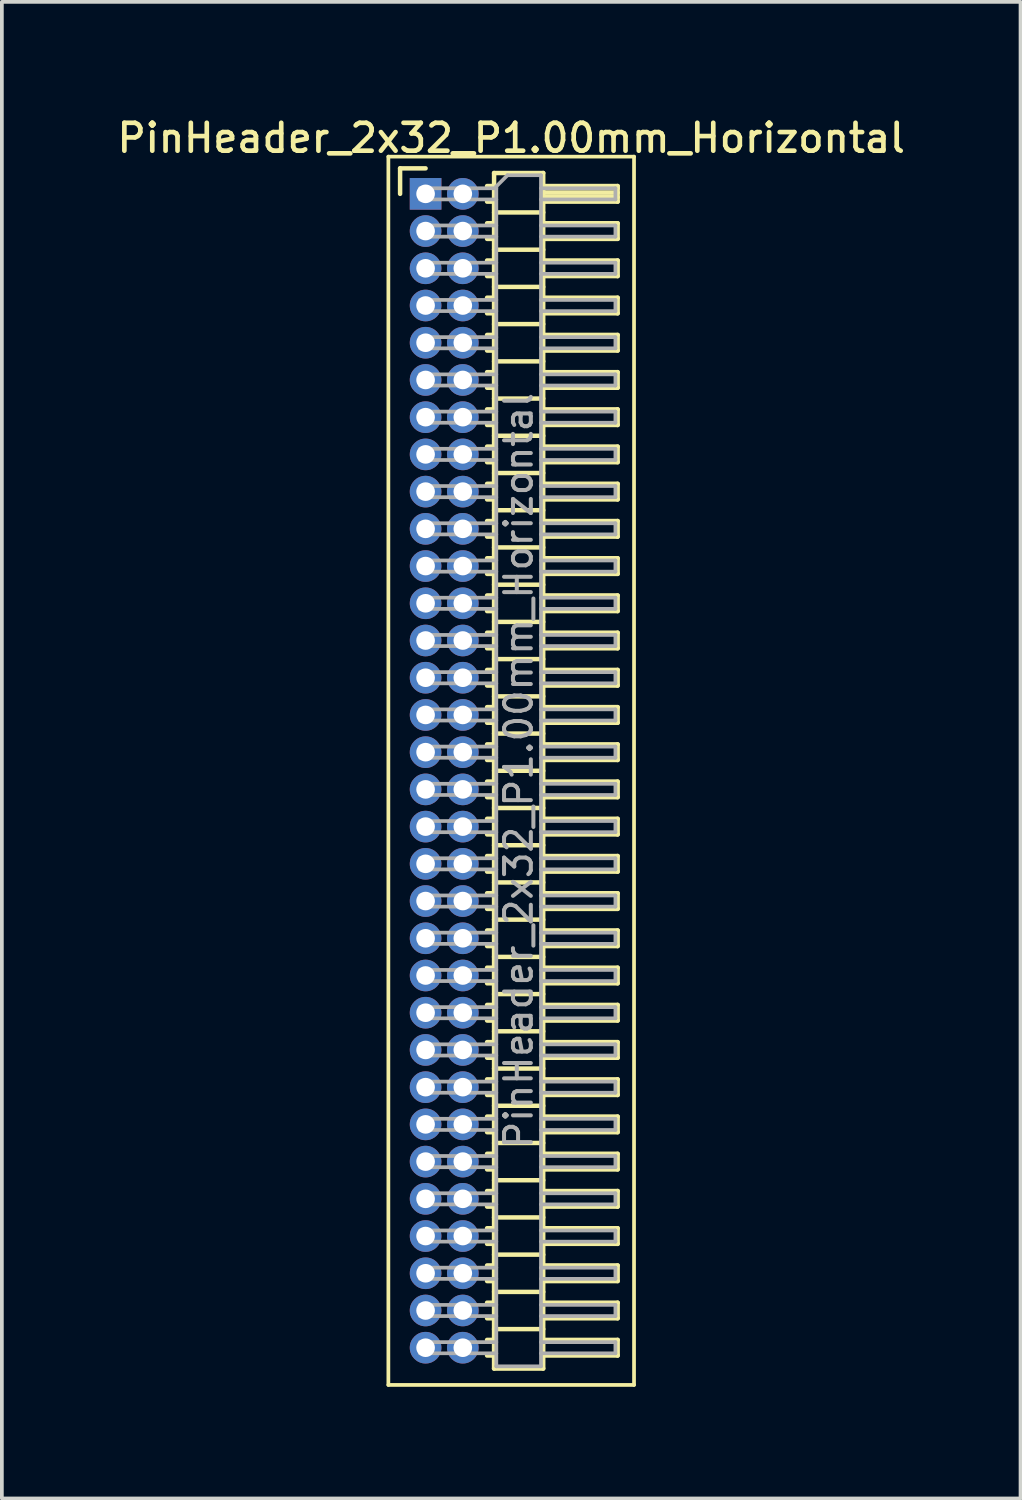
<source format=kicad_pcb>
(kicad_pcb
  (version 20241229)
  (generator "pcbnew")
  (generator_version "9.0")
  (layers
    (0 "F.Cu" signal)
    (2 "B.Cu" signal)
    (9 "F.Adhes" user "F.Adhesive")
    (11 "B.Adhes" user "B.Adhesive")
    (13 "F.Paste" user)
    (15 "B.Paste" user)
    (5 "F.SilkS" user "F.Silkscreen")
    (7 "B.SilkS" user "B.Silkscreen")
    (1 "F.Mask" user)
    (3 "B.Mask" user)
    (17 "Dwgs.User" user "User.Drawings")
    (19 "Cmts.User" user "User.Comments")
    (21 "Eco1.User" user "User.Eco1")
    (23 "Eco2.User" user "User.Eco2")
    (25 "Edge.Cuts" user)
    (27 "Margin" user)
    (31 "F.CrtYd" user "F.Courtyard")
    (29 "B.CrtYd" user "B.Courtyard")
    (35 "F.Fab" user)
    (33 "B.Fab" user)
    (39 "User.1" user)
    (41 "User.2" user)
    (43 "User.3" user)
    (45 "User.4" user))
  (footprint "PinHeader_2x32_P1.00mm_Horizontal"
    (layer "F.Cu")
    (at 8.384 2.158)
    (property "Reference" "PinHeader_2x32_P1.00mm_Horizontal" (at 2.3 -1.5 0) (layer "F.SilkS") (effects (font (size 0.75 0.75) (thickness 0.125))))
    (attr through_hole)
    (fp_line (start -1 -1) (end -1 32) (stroke (width 0.1) (type solid)) (layer "F.SilkS"))
    (fp_line (start -1 32) (end 5.6 32) (stroke (width 0.1) (type solid)) (layer "F.SilkS"))
    (fp_line (start -0.685 -0.685) (end 0 -0.685) (stroke (width 0.12) (type solid)) (layer "F.SilkS"))
    (fp_line (start -0.685 0) (end -0.685 -0.685) (stroke (width 0.12) (type solid)) (layer "F.SilkS"))
    (fp_line (start 1.652 -0.21) (end 1.84 -0.21) (stroke (width 0.12) (type solid)) (layer "F.SilkS"))
    (fp_line (start 1.652 0.21) (end 1.84 0.21) (stroke (width 0.12) (type solid)) (layer "F.SilkS"))
    (fp_line (start 1.652 0.79) (end 1.84 0.79) (stroke (width 0.12) (type solid)) (layer "F.SilkS"))
    (fp_line (start 1.652 1.21) (end 1.84 1.21) (stroke (width 0.12) (type solid)) (layer "F.SilkS"))
    (fp_line (start 1.652 1.79) (end 1.84 1.79) (stroke (width 0.12) (type solid)) (layer "F.SilkS"))
    (fp_line (start 1.652 2.21) (end 1.84 2.21) (stroke (width 0.12) (type solid)) (layer "F.SilkS"))
    (fp_line (start 1.652 2.79) (end 1.84 2.79) (stroke (width 0.12) (type solid)) (layer "F.SilkS"))
    (fp_line (start 1.652 3.21) (end 1.84 3.21) (stroke (width 0.12) (type solid)) (layer "F.SilkS"))
    (fp_line (start 1.652 3.79) (end 1.84 3.79) (stroke (width 0.12) (type solid)) (layer "F.SilkS"))
    (fp_line (start 1.652 4.21) (end 1.84 4.21) (stroke (width 0.12) (type solid)) (layer "F.SilkS"))
    (fp_line (start 1.652 4.79) (end 1.84 4.79) (stroke (width 0.12) (type solid)) (layer "F.SilkS"))
    (fp_line (start 1.652 5.21) (end 1.84 5.21) (stroke (width 0.12) (type solid)) (layer "F.SilkS"))
    (fp_line (start 1.652 5.79) (end 1.84 5.79) (stroke (width 0.12) (type solid)) (layer "F.SilkS"))
    (fp_line (start 1.652 6.21) (end 1.84 6.21) (stroke (width 0.12) (type solid)) (layer "F.SilkS"))
    (fp_line (start 1.652 6.79) (end 1.84 6.79) (stroke (width 0.12) (type solid)) (layer "F.SilkS"))
    (fp_line (start 1.652 7.21) (end 1.84 7.21) (stroke (width 0.12) (type solid)) (layer "F.SilkS"))
    (fp_line (start 1.652 7.79) (end 1.84 7.79) (stroke (width 0.12) (type solid)) (layer "F.SilkS"))
    (fp_line (start 1.652 8.21) (end 1.84 8.21) (stroke (width 0.12) (type solid)) (layer "F.SilkS"))
    (fp_line (start 1.652 8.79) (end 1.84 8.79) (stroke (width 0.12) (type solid)) (layer "F.SilkS"))
    (fp_line (start 1.652 9.21) (end 1.84 9.21) (stroke (width 0.12) (type solid)) (layer "F.SilkS"))
    (fp_line (start 1.652 9.79) (end 1.84 9.79) (stroke (width 0.12) (type solid)) (layer "F.SilkS"))
    (fp_line (start 1.652 10.21) (end 1.84 10.21) (stroke (width 0.12) (type solid)) (layer "F.SilkS"))
    (fp_line (start 1.652 10.79) (end 1.84 10.79) (stroke (width 0.12) (type solid)) (layer "F.SilkS"))
    (fp_line (start 1.652 11.21) (end 1.84 11.21) (stroke (width 0.12) (type solid)) (layer "F.SilkS"))
    (fp_line (start 1.652 11.79) (end 1.84 11.79) (stroke (width 0.12) (type solid)) (layer "F.SilkS"))
    (fp_line (start 1.652 12.21) (end 1.84 12.21) (stroke (width 0.12) (type solid)) (layer "F.SilkS"))
    (fp_line (start 1.652 12.79) (end 1.84 12.79) (stroke (width 0.12) (type solid)) (layer "F.SilkS"))
    (fp_line (start 1.652 13.21) (end 1.84 13.21) (stroke (width 0.12) (type solid)) (layer "F.SilkS"))
    (fp_line (start 1.652 13.79) (end 1.84 13.79) (stroke (width 0.12) (type solid)) (layer "F.SilkS"))
    (fp_line (start 1.652 14.21) (end 1.84 14.21) (stroke (width 0.12) (type solid)) (layer "F.SilkS"))
    (fp_line (start 1.652 14.79) (end 1.84 14.79) (stroke (width 0.12) (type solid)) (layer "F.SilkS"))
    (fp_line (start 1.652 15.21) (end 1.84 15.21) (stroke (width 0.12) (type solid)) (layer "F.SilkS"))
    (fp_line (start 1.652 15.79) (end 1.84 15.79) (stroke (width 0.12) (type solid)) (layer "F.SilkS"))
    (fp_line (start 1.652 16.21) (end 1.84 16.21) (stroke (width 0.12) (type solid)) (layer "F.SilkS"))
    (fp_line (start 1.652 16.79) (end 1.84 16.79) (stroke (width 0.12) (type solid)) (layer "F.SilkS"))
    (fp_line (start 1.652 17.21) (end 1.84 17.21) (stroke (width 0.12) (type solid)) (layer "F.SilkS"))
    (fp_line (start 1.652 17.79) (end 1.84 17.79) (stroke (width 0.12) (type solid)) (layer "F.SilkS"))
    (fp_line (start 1.652 18.21) (end 1.84 18.21) (stroke (width 0.12) (type solid)) (layer "F.SilkS"))
    (fp_line (start 1.652 18.79) (end 1.84 18.79) (stroke (width 0.12) (type solid)) (layer "F.SilkS"))
    (fp_line (start 1.652 19.21) (end 1.84 19.21) (stroke (width 0.12) (type solid)) (layer "F.SilkS"))
    (fp_line (start 1.652 19.79) (end 1.84 19.79) (stroke (width 0.12) (type solid)) (layer "F.SilkS"))
    (fp_line (start 1.652 20.21) (end 1.84 20.21) (stroke (width 0.12) (type solid)) (layer "F.SilkS"))
    (fp_line (start 1.652 20.79) (end 1.84 20.79) (stroke (width 0.12) (type solid)) (layer "F.SilkS"))
    (fp_line (start 1.652 21.21) (end 1.84 21.21) (stroke (width 0.12) (type solid)) (layer "F.SilkS"))
    (fp_line (start 1.652 21.79) (end 1.84 21.79) (stroke (width 0.12) (type solid)) (layer "F.SilkS"))
    (fp_line (start 1.652 22.21) (end 1.84 22.21) (stroke (width 0.12) (type solid)) (layer "F.SilkS"))
    (fp_line (start 1.652 22.79) (end 1.84 22.79) (stroke (width 0.12) (type solid)) (layer "F.SilkS"))
    (fp_line (start 1.652 23.21) (end 1.84 23.21) (stroke (width 0.12) (type solid)) (layer "F.SilkS"))
    (fp_line (start 1.652 23.79) (end 1.84 23.79) (stroke (width 0.12) (type solid)) (layer "F.SilkS"))
    (fp_line (start 1.652 24.21) (end 1.84 24.21) (stroke (width 0.12) (type solid)) (layer "F.SilkS"))
    (fp_line (start 1.652 24.79) (end 1.84 24.79) (stroke (width 0.12) (type solid)) (layer "F.SilkS"))
    (fp_line (start 1.652 25.21) (end 1.84 25.21) (stroke (width 0.12) (type solid)) (layer "F.SilkS"))
    (fp_line (start 1.652 25.79) (end 1.84 25.79) (stroke (width 0.12) (type solid)) (layer "F.SilkS"))
    (fp_line (start 1.652 26.21) (end 1.84 26.21) (stroke (width 0.12) (type solid)) (layer "F.SilkS"))
    (fp_line (start 1.652 26.79) (end 1.84 26.79) (stroke (width 0.12) (type solid)) (layer "F.SilkS"))
    (fp_line (start 1.652 27.21) (end 1.84 27.21) (stroke (width 0.12) (type solid)) (layer "F.SilkS"))
    (fp_line (start 1.652 27.79) (end 1.84 27.79) (stroke (width 0.12) (type solid)) (layer "F.SilkS"))
    (fp_line (start 1.652 28.21) (end 1.84 28.21) (stroke (width 0.12) (type solid)) (layer "F.SilkS"))
    (fp_line (start 1.652 28.79) (end 1.84 28.79) (stroke (width 0.12) (type solid)) (layer "F.SilkS"))
    (fp_line (start 1.652 29.21) (end 1.84 29.21) (stroke (width 0.12) (type solid)) (layer "F.SilkS"))
    (fp_line (start 1.652 29.79) (end 1.84 29.79) (stroke (width 0.12) (type solid)) (layer "F.SilkS"))
    (fp_line (start 1.652 30.21) (end 1.84 30.21) (stroke (width 0.12) (type solid)) (layer "F.SilkS"))
    (fp_line (start 1.652 30.79) (end 1.84 30.79) (stroke (width 0.12) (type solid)) (layer "F.SilkS"))
    (fp_line (start 1.652 31.21) (end 1.84 31.21) (stroke (width 0.12) (type solid)) (layer "F.SilkS"))
    (fp_line (start 1.84 -0.56) (end 1.84 31.56) (stroke (width 0.12) (type solid)) (layer "F.SilkS"))
    (fp_line (start 1.84 0.5) (end 3.16 0.5) (stroke (width 0.12) (type solid)) (layer "F.SilkS"))
    (fp_line (start 1.84 1.5) (end 3.16 1.5) (stroke (width 0.12) (type solid)) (layer "F.SilkS"))
    (fp_line (start 1.84 2.5) (end 3.16 2.5) (stroke (width 0.12) (type solid)) (layer "F.SilkS"))
    (fp_line (start 1.84 3.5) (end 3.16 3.5) (stroke (width 0.12) (type solid)) (layer "F.SilkS"))
    (fp_line (start 1.84 4.5) (end 3.16 4.5) (stroke (width 0.12) (type solid)) (layer "F.SilkS"))
    (fp_line (start 1.84 5.5) (end 3.16 5.5) (stroke (width 0.12) (type solid)) (layer "F.SilkS"))
    (fp_line (start 1.84 6.5) (end 3.16 6.5) (stroke (width 0.12) (type solid)) (layer "F.SilkS"))
    (fp_line (start 1.84 7.5) (end 3.16 7.5) (stroke (width 0.12) (type solid)) (layer "F.SilkS"))
    (fp_line (start 1.84 8.5) (end 3.16 8.5) (stroke (width 0.12) (type solid)) (layer "F.SilkS"))
    (fp_line (start 1.84 9.5) (end 3.16 9.5) (stroke (width 0.12) (type solid)) (layer "F.SilkS"))
    (fp_line (start 1.84 10.5) (end 3.16 10.5) (stroke (width 0.12) (type solid)) (layer "F.SilkS"))
    (fp_line (start 1.84 11.5) (end 3.16 11.5) (stroke (width 0.12) (type solid)) (layer "F.SilkS"))
    (fp_line (start 1.84 12.5) (end 3.16 12.5) (stroke (width 0.12) (type solid)) (layer "F.SilkS"))
    (fp_line (start 1.84 13.5) (end 3.16 13.5) (stroke (width 0.12) (type solid)) (layer "F.SilkS"))
    (fp_line (start 1.84 14.5) (end 3.16 14.5) (stroke (width 0.12) (type solid)) (layer "F.SilkS"))
    (fp_line (start 1.84 15.5) (end 3.16 15.5) (stroke (width 0.12) (type solid)) (layer "F.SilkS"))
    (fp_line (start 1.84 16.5) (end 3.16 16.5) (stroke (width 0.12) (type solid)) (layer "F.SilkS"))
    (fp_line (start 1.84 17.5) (end 3.16 17.5) (stroke (width 0.12) (type solid)) (layer "F.SilkS"))
    (fp_line (start 1.84 18.5) (end 3.16 18.5) (stroke (width 0.12) (type solid)) (layer "F.SilkS"))
    (fp_line (start 1.84 19.5) (end 3.16 19.5) (stroke (width 0.12) (type solid)) (layer "F.SilkS"))
    (fp_line (start 1.84 20.5) (end 3.16 20.5) (stroke (width 0.12) (type solid)) (layer "F.SilkS"))
    (fp_line (start 1.84 21.5) (end 3.16 21.5) (stroke (width 0.12) (type solid)) (layer "F.SilkS"))
    (fp_line (start 1.84 22.5) (end 3.16 22.5) (stroke (width 0.12) (type solid)) (layer "F.SilkS"))
    (fp_line (start 1.84 23.5) (end 3.16 23.5) (stroke (width 0.12) (type solid)) (layer "F.SilkS"))
    (fp_line (start 1.84 24.5) (end 3.16 24.5) (stroke (width 0.12) (type solid)) (layer "F.SilkS"))
    (fp_line (start 1.84 25.5) (end 3.16 25.5) (stroke (width 0.12) (type solid)) (layer "F.SilkS"))
    (fp_line (start 1.84 26.5) (end 3.16 26.5) (stroke (width 0.12) (type solid)) (layer "F.SilkS"))
    (fp_line (start 1.84 27.5) (end 3.16 27.5) (stroke (width 0.12) (type solid)) (layer "F.SilkS"))
    (fp_line (start 1.84 28.5) (end 3.16 28.5) (stroke (width 0.12) (type solid)) (layer "F.SilkS"))
    (fp_line (start 1.84 29.5) (end 3.16 29.5) (stroke (width 0.12) (type solid)) (layer "F.SilkS"))
    (fp_line (start 1.84 30.5) (end 3.16 30.5) (stroke (width 0.12) (type solid)) (layer "F.SilkS"))
    (fp_line (start 1.84 31.56) (end 3.16 31.56) (stroke (width 0.12) (type solid)) (layer "F.SilkS"))
    (fp_line (start 3.16 -0.56) (end 1.84 -0.56) (stroke (width 0.12) (type solid)) (layer "F.SilkS"))
    (fp_line (start 3.16 -0.21) (end 5.16 -0.21) (stroke (width 0.12) (type solid)) (layer "F.SilkS"))
    (fp_line (start 3.16 -0.15) (end 5.16 -0.15) (stroke (width 0.12) (type solid)) (layer "F.SilkS"))
    (fp_line (start 3.16 -0.03) (end 5.16 -0.03) (stroke (width 0.12) (type solid)) (layer "F.SilkS"))
    (fp_line (start 3.16 0.09) (end 5.16 0.09) (stroke (width 0.12) (type solid)) (layer "F.SilkS"))
    (fp_line (start 3.16 0.79) (end 5.16 0.79) (stroke (width 0.12) (type solid)) (layer "F.SilkS"))
    (fp_line (start 3.16 1.79) (end 5.16 1.79) (stroke (width 0.12) (type solid)) (layer "F.SilkS"))
    (fp_line (start 3.16 2.79) (end 5.16 2.79) (stroke (width 0.12) (type solid)) (layer "F.SilkS"))
    (fp_line (start 3.16 3.79) (end 5.16 3.79) (stroke (width 0.12) (type solid)) (layer "F.SilkS"))
    (fp_line (start 3.16 4.79) (end 5.16 4.79) (stroke (width 0.12) (type solid)) (layer "F.SilkS"))
    (fp_line (start 3.16 5.79) (end 5.16 5.79) (stroke (width 0.12) (type solid)) (layer "F.SilkS"))
    (fp_line (start 3.16 6.79) (end 5.16 6.79) (stroke (width 0.12) (type solid)) (layer "F.SilkS"))
    (fp_line (start 3.16 7.79) (end 5.16 7.79) (stroke (width 0.12) (type solid)) (layer "F.SilkS"))
    (fp_line (start 3.16 8.79) (end 5.16 8.79) (stroke (width 0.12) (type solid)) (layer "F.SilkS"))
    (fp_line (start 3.16 9.79) (end 5.16 9.79) (stroke (width 0.12) (type solid)) (layer "F.SilkS"))
    (fp_line (start 3.16 10.79) (end 5.16 10.79) (stroke (width 0.12) (type solid)) (layer "F.SilkS"))
    (fp_line (start 3.16 11.79) (end 5.16 11.79) (stroke (width 0.12) (type solid)) (layer "F.SilkS"))
    (fp_line (start 3.16 12.79) (end 5.16 12.79) (stroke (width 0.12) (type solid)) (layer "F.SilkS"))
    (fp_line (start 3.16 13.79) (end 5.16 13.79) (stroke (width 0.12) (type solid)) (layer "F.SilkS"))
    (fp_line (start 3.16 14.79) (end 5.16 14.79) (stroke (width 0.12) (type solid)) (layer "F.SilkS"))
    (fp_line (start 3.16 15.79) (end 5.16 15.79) (stroke (width 0.12) (type solid)) (layer "F.SilkS"))
    (fp_line (start 3.16 16.79) (end 5.16 16.79) (stroke (width 0.12) (type solid)) (layer "F.SilkS"))
    (fp_line (start 3.16 17.79) (end 5.16 17.79) (stroke (width 0.12) (type solid)) (layer "F.SilkS"))
    (fp_line (start 3.16 18.79) (end 5.16 18.79) (stroke (width 0.12) (type solid)) (layer "F.SilkS"))
    (fp_line (start 3.16 19.79) (end 5.16 19.79) (stroke (width 0.12) (type solid)) (layer "F.SilkS"))
    (fp_line (start 3.16 20.79) (end 5.16 20.79) (stroke (width 0.12) (type solid)) (layer "F.SilkS"))
    (fp_line (start 3.16 21.79) (end 5.16 21.79) (stroke (width 0.12) (type solid)) (layer "F.SilkS"))
    (fp_line (start 3.16 22.79) (end 5.16 22.79) (stroke (width 0.12) (type solid)) (layer "F.SilkS"))
    (fp_line (start 3.16 23.79) (end 5.16 23.79) (stroke (width 0.12) (type solid)) (layer "F.SilkS"))
    (fp_line (start 3.16 24.79) (end 5.16 24.79) (stroke (width 0.12) (type solid)) (layer "F.SilkS"))
    (fp_line (start 3.16 25.79) (end 5.16 25.79) (stroke (width 0.12) (type solid)) (layer "F.SilkS"))
    (fp_line (start 3.16 26.79) (end 5.16 26.79) (stroke (width 0.12) (type solid)) (layer "F.SilkS"))
    (fp_line (start 3.16 27.79) (end 5.16 27.79) (stroke (width 0.12) (type solid)) (layer "F.SilkS"))
    (fp_line (start 3.16 28.79) (end 5.16 28.79) (stroke (width 0.12) (type solid)) (layer "F.SilkS"))
    (fp_line (start 3.16 29.79) (end 5.16 29.79) (stroke (width 0.12) (type solid)) (layer "F.SilkS"))
    (fp_line (start 3.16 30.79) (end 5.16 30.79) (stroke (width 0.12) (type solid)) (layer "F.SilkS"))
    (fp_line (start 3.16 31.56) (end 3.16 -0.56) (stroke (width 0.12) (type solid)) (layer "F.SilkS"))
    (fp_line (start 5.16 -0.21) (end 5.16 0.21) (stroke (width 0.12) (type solid)) (layer "F.SilkS"))
    (fp_line (start 5.16 0.21) (end 3.16 0.21) (stroke (width 0.12) (type solid)) (layer "F.SilkS"))
    (fp_line (start 5.16 0.79) (end 5.16 1.21) (stroke (width 0.12) (type solid)) (layer "F.SilkS"))
    (fp_line (start 5.16 1.21) (end 3.16 1.21) (stroke (width 0.12) (type solid)) (layer "F.SilkS"))
    (fp_line (start 5.16 1.79) (end 5.16 2.21) (stroke (width 0.12) (type solid)) (layer "F.SilkS"))
    (fp_line (start 5.16 2.21) (end 3.16 2.21) (stroke (width 0.12) (type solid)) (layer "F.SilkS"))
    (fp_line (start 5.16 2.79) (end 5.16 3.21) (stroke (width 0.12) (type solid)) (layer "F.SilkS"))
    (fp_line (start 5.16 3.21) (end 3.16 3.21) (stroke (width 0.12) (type solid)) (layer "F.SilkS"))
    (fp_line (start 5.16 3.79) (end 5.16 4.21) (stroke (width 0.12) (type solid)) (layer "F.SilkS"))
    (fp_line (start 5.16 4.21) (end 3.16 4.21) (stroke (width 0.12) (type solid)) (layer "F.SilkS"))
    (fp_line (start 5.16 4.79) (end 5.16 5.21) (stroke (width 0.12) (type solid)) (layer "F.SilkS"))
    (fp_line (start 5.16 5.21) (end 3.16 5.21) (stroke (width 0.12) (type solid)) (layer "F.SilkS"))
    (fp_line (start 5.16 5.79) (end 5.16 6.21) (stroke (width 0.12) (type solid)) (layer "F.SilkS"))
    (fp_line (start 5.16 6.21) (end 3.16 6.21) (stroke (width 0.12) (type solid)) (layer "F.SilkS"))
    (fp_line (start 5.16 6.79) (end 5.16 7.21) (stroke (width 0.12) (type solid)) (layer "F.SilkS"))
    (fp_line (start 5.16 7.21) (end 3.16 7.21) (stroke (width 0.12) (type solid)) (layer "F.SilkS"))
    (fp_line (start 5.16 7.79) (end 5.16 8.21) (stroke (width 0.12) (type solid)) (layer "F.SilkS"))
    (fp_line (start 5.16 8.21) (end 3.16 8.21) (stroke (width 0.12) (type solid)) (layer "F.SilkS"))
    (fp_line (start 5.16 8.79) (end 5.16 9.21) (stroke (width 0.12) (type solid)) (layer "F.SilkS"))
    (fp_line (start 5.16 9.21) (end 3.16 9.21) (stroke (width 0.12) (type solid)) (layer "F.SilkS"))
    (fp_line (start 5.16 9.79) (end 5.16 10.21) (stroke (width 0.12) (type solid)) (layer "F.SilkS"))
    (fp_line (start 5.16 10.21) (end 3.16 10.21) (stroke (width 0.12) (type solid)) (layer "F.SilkS"))
    (fp_line (start 5.16 10.79) (end 5.16 11.21) (stroke (width 0.12) (type solid)) (layer "F.SilkS"))
    (fp_line (start 5.16 11.21) (end 3.16 11.21) (stroke (width 0.12) (type solid)) (layer "F.SilkS"))
    (fp_line (start 5.16 11.79) (end 5.16 12.21) (stroke (width 0.12) (type solid)) (layer "F.SilkS"))
    (fp_line (start 5.16 12.21) (end 3.16 12.21) (stroke (width 0.12) (type solid)) (layer "F.SilkS"))
    (fp_line (start 5.16 12.79) (end 5.16 13.21) (stroke (width 0.12) (type solid)) (layer "F.SilkS"))
    (fp_line (start 5.16 13.21) (end 3.16 13.21) (stroke (width 0.12) (type solid)) (layer "F.SilkS"))
    (fp_line (start 5.16 13.79) (end 5.16 14.21) (stroke (width 0.12) (type solid)) (layer "F.SilkS"))
    (fp_line (start 5.16 14.21) (end 3.16 14.21) (stroke (width 0.12) (type solid)) (layer "F.SilkS"))
    (fp_line (start 5.16 14.79) (end 5.16 15.21) (stroke (width 0.12) (type solid)) (layer "F.SilkS"))
    (fp_line (start 5.16 15.21) (end 3.16 15.21) (stroke (width 0.12) (type solid)) (layer "F.SilkS"))
    (fp_line (start 5.16 15.79) (end 5.16 16.21) (stroke (width 0.12) (type solid)) (layer "F.SilkS"))
    (fp_line (start 5.16 16.21) (end 3.16 16.21) (stroke (width 0.12) (type solid)) (layer "F.SilkS"))
    (fp_line (start 5.16 16.79) (end 5.16 17.21) (stroke (width 0.12) (type solid)) (layer "F.SilkS"))
    (fp_line (start 5.16 17.21) (end 3.16 17.21) (stroke (width 0.12) (type solid)) (layer "F.SilkS"))
    (fp_line (start 5.16 17.79) (end 5.16 18.21) (stroke (width 0.12) (type solid)) (layer "F.SilkS"))
    (fp_line (start 5.16 18.21) (end 3.16 18.21) (stroke (width 0.12) (type solid)) (layer "F.SilkS"))
    (fp_line (start 5.16 18.79) (end 5.16 19.21) (stroke (width 0.12) (type solid)) (layer "F.SilkS"))
    (fp_line (start 5.16 19.21) (end 3.16 19.21) (stroke (width 0.12) (type solid)) (layer "F.SilkS"))
    (fp_line (start 5.16 19.79) (end 5.16 20.21) (stroke (width 0.12) (type solid)) (layer "F.SilkS"))
    (fp_line (start 5.16 20.21) (end 3.16 20.21) (stroke (width 0.12) (type solid)) (layer "F.SilkS"))
    (fp_line (start 5.16 20.79) (end 5.16 21.21) (stroke (width 0.12) (type solid)) (layer "F.SilkS"))
    (fp_line (start 5.16 21.21) (end 3.16 21.21) (stroke (width 0.12) (type solid)) (layer "F.SilkS"))
    (fp_line (start 5.16 21.79) (end 5.16 22.21) (stroke (width 0.12) (type solid)) (layer "F.SilkS"))
    (fp_line (start 5.16 22.21) (end 3.16 22.21) (stroke (width 0.12) (type solid)) (layer "F.SilkS"))
    (fp_line (start 5.16 22.79) (end 5.16 23.21) (stroke (width 0.12) (type solid)) (layer "F.SilkS"))
    (fp_line (start 5.16 23.21) (end 3.16 23.21) (stroke (width 0.12) (type solid)) (layer "F.SilkS"))
    (fp_line (start 5.16 23.79) (end 5.16 24.21) (stroke (width 0.12) (type solid)) (layer "F.SilkS"))
    (fp_line (start 5.16 24.21) (end 3.16 24.21) (stroke (width 0.12) (type solid)) (layer "F.SilkS"))
    (fp_line (start 5.16 24.79) (end 5.16 25.21) (stroke (width 0.12) (type solid)) (layer "F.SilkS"))
    (fp_line (start 5.16 25.21) (end 3.16 25.21) (stroke (width 0.12) (type solid)) (layer "F.SilkS"))
    (fp_line (start 5.16 25.79) (end 5.16 26.21) (stroke (width 0.12) (type solid)) (layer "F.SilkS"))
    (fp_line (start 5.16 26.21) (end 3.16 26.21) (stroke (width 0.12) (type solid)) (layer "F.SilkS"))
    (fp_line (start 5.16 26.79) (end 5.16 27.21) (stroke (width 0.12) (type solid)) (layer "F.SilkS"))
    (fp_line (start 5.16 27.21) (end 3.16 27.21) (stroke (width 0.12) (type solid)) (layer "F.SilkS"))
    (fp_line (start 5.16 27.79) (end 5.16 28.21) (stroke (width 0.12) (type solid)) (layer "F.SilkS"))
    (fp_line (start 5.16 28.21) (end 3.16 28.21) (stroke (width 0.12) (type solid)) (layer "F.SilkS"))
    (fp_line (start 5.16 28.79) (end 5.16 29.21) (stroke (width 0.12) (type solid)) (layer "F.SilkS"))
    (fp_line (start 5.16 29.21) (end 3.16 29.21) (stroke (width 0.12) (type solid)) (layer "F.SilkS"))
    (fp_line (start 5.16 29.79) (end 5.16 30.21) (stroke (width 0.12) (type solid)) (layer "F.SilkS"))
    (fp_line (start 5.16 30.21) (end 3.16 30.21) (stroke (width 0.12) (type solid)) (layer "F.SilkS"))
    (fp_line (start 5.16 30.79) (end 5.16 31.21) (stroke (width 0.12) (type solid)) (layer "F.SilkS"))
    (fp_line (start 5.16 31.21) (end 3.16 31.21) (stroke (width 0.12) (type solid)) (layer "F.SilkS"))
    (fp_line (start 5.6 -1) (end -1 -1) (stroke (width 0.1) (type solid)) (layer "F.SilkS"))
    (fp_line (start 5.6 32) (end 5.6 -1) (stroke (width 0.1) (type solid)) (layer "F.SilkS"))
    (fp_line (start -0.15 -0.15) (end -0.15 0.15) (stroke (width 0.1) (type solid)) (layer "F.Fab"))
    (fp_line (start -0.15 -0.15) (end 1.9 -0.15) (stroke (width 0.1) (type solid)) (layer "F.Fab"))
    (fp_line (start -0.15 0.15) (end 1.9 0.15) (stroke (width 0.1) (type solid)) (layer "F.Fab"))
    (fp_line (start -0.15 0.85) (end -0.15 1.15) (stroke (width 0.1) (type solid)) (layer "F.Fab"))
    (fp_line (start -0.15 0.85) (end 1.9 0.85) (stroke (width 0.1) (type solid)) (layer "F.Fab"))
    (fp_line (start -0.15 1.15) (end 1.9 1.15) (stroke (width 0.1) (type solid)) (layer "F.Fab"))
    (fp_line (start -0.15 1.85) (end -0.15 2.15) (stroke (width 0.1) (type solid)) (layer "F.Fab"))
    (fp_line (start -0.15 1.85) (end 1.9 1.85) (stroke (width 0.1) (type solid)) (layer "F.Fab"))
    (fp_line (start -0.15 2.15) (end 1.9 2.15) (stroke (width 0.1) (type solid)) (layer "F.Fab"))
    (fp_line (start -0.15 2.85) (end -0.15 3.15) (stroke (width 0.1) (type solid)) (layer "F.Fab"))
    (fp_line (start -0.15 2.85) (end 1.9 2.85) (stroke (width 0.1) (type solid)) (layer "F.Fab"))
    (fp_line (start -0.15 3.15) (end 1.9 3.15) (stroke (width 0.1) (type solid)) (layer "F.Fab"))
    (fp_line (start -0.15 3.85) (end -0.15 4.15) (stroke (width 0.1) (type solid)) (layer "F.Fab"))
    (fp_line (start -0.15 3.85) (end 1.9 3.85) (stroke (width 0.1) (type solid)) (layer "F.Fab"))
    (fp_line (start -0.15 4.15) (end 1.9 4.15) (stroke (width 0.1) (type solid)) (layer "F.Fab"))
    (fp_line (start -0.15 4.85) (end -0.15 5.15) (stroke (width 0.1) (type solid)) (layer "F.Fab"))
    (fp_line (start -0.15 4.85) (end 1.9 4.85) (stroke (width 0.1) (type solid)) (layer "F.Fab"))
    (fp_line (start -0.15 5.15) (end 1.9 5.15) (stroke (width 0.1) (type solid)) (layer "F.Fab"))
    (fp_line (start -0.15 5.85) (end -0.15 6.15) (stroke (width 0.1) (type solid)) (layer "F.Fab"))
    (fp_line (start -0.15 5.85) (end 1.9 5.85) (stroke (width 0.1) (type solid)) (layer "F.Fab"))
    (fp_line (start -0.15 6.15) (end 1.9 6.15) (stroke (width 0.1) (type solid)) (layer "F.Fab"))
    (fp_line (start -0.15 6.85) (end -0.15 7.15) (stroke (width 0.1) (type solid)) (layer "F.Fab"))
    (fp_line (start -0.15 6.85) (end 1.9 6.85) (stroke (width 0.1) (type solid)) (layer "F.Fab"))
    (fp_line (start -0.15 7.15) (end 1.9 7.15) (stroke (width 0.1) (type solid)) (layer "F.Fab"))
    (fp_line (start -0.15 7.85) (end -0.15 8.15) (stroke (width 0.1) (type solid)) (layer "F.Fab"))
    (fp_line (start -0.15 7.85) (end 1.9 7.85) (stroke (width 0.1) (type solid)) (layer "F.Fab"))
    (fp_line (start -0.15 8.15) (end 1.9 8.15) (stroke (width 0.1) (type solid)) (layer "F.Fab"))
    (fp_line (start -0.15 8.85) (end -0.15 9.15) (stroke (width 0.1) (type solid)) (layer "F.Fab"))
    (fp_line (start -0.15 8.85) (end 1.9 8.85) (stroke (width 0.1) (type solid)) (layer "F.Fab"))
    (fp_line (start -0.15 9.15) (end 1.9 9.15) (stroke (width 0.1) (type solid)) (layer "F.Fab"))
    (fp_line (start -0.15 9.85) (end -0.15 10.15) (stroke (width 0.1) (type solid)) (layer "F.Fab"))
    (fp_line (start -0.15 9.85) (end 1.9 9.85) (stroke (width 0.1) (type solid)) (layer "F.Fab"))
    (fp_line (start -0.15 10.15) (end 1.9 10.15) (stroke (width 0.1) (type solid)) (layer "F.Fab"))
    (fp_line (start -0.15 10.85) (end -0.15 11.15) (stroke (width 0.1) (type solid)) (layer "F.Fab"))
    (fp_line (start -0.15 10.85) (end 1.9 10.85) (stroke (width 0.1) (type solid)) (layer "F.Fab"))
    (fp_line (start -0.15 11.15) (end 1.9 11.15) (stroke (width 0.1) (type solid)) (layer "F.Fab"))
    (fp_line (start -0.15 11.85) (end -0.15 12.15) (stroke (width 0.1) (type solid)) (layer "F.Fab"))
    (fp_line (start -0.15 11.85) (end 1.9 11.85) (stroke (width 0.1) (type solid)) (layer "F.Fab"))
    (fp_line (start -0.15 12.15) (end 1.9 12.15) (stroke (width 0.1) (type solid)) (layer "F.Fab"))
    (fp_line (start -0.15 12.85) (end -0.15 13.15) (stroke (width 0.1) (type solid)) (layer "F.Fab"))
    (fp_line (start -0.15 12.85) (end 1.9 12.85) (stroke (width 0.1) (type solid)) (layer "F.Fab"))
    (fp_line (start -0.15 13.15) (end 1.9 13.15) (stroke (width 0.1) (type solid)) (layer "F.Fab"))
    (fp_line (start -0.15 13.85) (end -0.15 14.15) (stroke (width 0.1) (type solid)) (layer "F.Fab"))
    (fp_line (start -0.15 13.85) (end 1.9 13.85) (stroke (width 0.1) (type solid)) (layer "F.Fab"))
    (fp_line (start -0.15 14.15) (end 1.9 14.15) (stroke (width 0.1) (type solid)) (layer "F.Fab"))
    (fp_line (start -0.15 14.85) (end -0.15 15.15) (stroke (width 0.1) (type solid)) (layer "F.Fab"))
    (fp_line (start -0.15 14.85) (end 1.9 14.85) (stroke (width 0.1) (type solid)) (layer "F.Fab"))
    (fp_line (start -0.15 15.15) (end 1.9 15.15) (stroke (width 0.1) (type solid)) (layer "F.Fab"))
    (fp_line (start -0.15 15.85) (end -0.15 16.15) (stroke (width 0.1) (type solid)) (layer "F.Fab"))
    (fp_line (start -0.15 15.85) (end 1.9 15.85) (stroke (width 0.1) (type solid)) (layer "F.Fab"))
    (fp_line (start -0.15 16.15) (end 1.9 16.15) (stroke (width 0.1) (type solid)) (layer "F.Fab"))
    (fp_line (start -0.15 16.85) (end -0.15 17.15) (stroke (width 0.1) (type solid)) (layer "F.Fab"))
    (fp_line (start -0.15 16.85) (end 1.9 16.85) (stroke (width 0.1) (type solid)) (layer "F.Fab"))
    (fp_line (start -0.15 17.15) (end 1.9 17.15) (stroke (width 0.1) (type solid)) (layer "F.Fab"))
    (fp_line (start -0.15 17.85) (end -0.15 18.15) (stroke (width 0.1) (type solid)) (layer "F.Fab"))
    (fp_line (start -0.15 17.85) (end 1.9 17.85) (stroke (width 0.1) (type solid)) (layer "F.Fab"))
    (fp_line (start -0.15 18.15) (end 1.9 18.15) (stroke (width 0.1) (type solid)) (layer "F.Fab"))
    (fp_line (start -0.15 18.85) (end -0.15 19.15) (stroke (width 0.1) (type solid)) (layer "F.Fab"))
    (fp_line (start -0.15 18.85) (end 1.9 18.85) (stroke (width 0.1) (type solid)) (layer "F.Fab"))
    (fp_line (start -0.15 19.15) (end 1.9 19.15) (stroke (width 0.1) (type solid)) (layer "F.Fab"))
    (fp_line (start -0.15 19.85) (end -0.15 20.15) (stroke (width 0.1) (type solid)) (layer "F.Fab"))
    (fp_line (start -0.15 19.85) (end 1.9 19.85) (stroke (width 0.1) (type solid)) (layer "F.Fab"))
    (fp_line (start -0.15 20.15) (end 1.9 20.15) (stroke (width 0.1) (type solid)) (layer "F.Fab"))
    (fp_line (start -0.15 20.85) (end -0.15 21.15) (stroke (width 0.1) (type solid)) (layer "F.Fab"))
    (fp_line (start -0.15 20.85) (end 1.9 20.85) (stroke (width 0.1) (type solid)) (layer "F.Fab"))
    (fp_line (start -0.15 21.15) (end 1.9 21.15) (stroke (width 0.1) (type solid)) (layer "F.Fab"))
    (fp_line (start -0.15 21.85) (end -0.15 22.15) (stroke (width 0.1) (type solid)) (layer "F.Fab"))
    (fp_line (start -0.15 21.85) (end 1.9 21.85) (stroke (width 0.1) (type solid)) (layer "F.Fab"))
    (fp_line (start -0.15 22.15) (end 1.9 22.15) (stroke (width 0.1) (type solid)) (layer "F.Fab"))
    (fp_line (start -0.15 22.85) (end -0.15 23.15) (stroke (width 0.1) (type solid)) (layer "F.Fab"))
    (fp_line (start -0.15 22.85) (end 1.9 22.85) (stroke (width 0.1) (type solid)) (layer "F.Fab"))
    (fp_line (start -0.15 23.15) (end 1.9 23.15) (stroke (width 0.1) (type solid)) (layer "F.Fab"))
    (fp_line (start -0.15 23.85) (end -0.15 24.15) (stroke (width 0.1) (type solid)) (layer "F.Fab"))
    (fp_line (start -0.15 23.85) (end 1.9 23.85) (stroke (width 0.1) (type solid)) (layer "F.Fab"))
    (fp_line (start -0.15 24.15) (end 1.9 24.15) (stroke (width 0.1) (type solid)) (layer "F.Fab"))
    (fp_line (start -0.15 24.85) (end -0.15 25.15) (stroke (width 0.1) (type solid)) (layer "F.Fab"))
    (fp_line (start -0.15 24.85) (end 1.9 24.85) (stroke (width 0.1) (type solid)) (layer "F.Fab"))
    (fp_line (start -0.15 25.15) (end 1.9 25.15) (stroke (width 0.1) (type solid)) (layer "F.Fab"))
    (fp_line (start -0.15 25.85) (end -0.15 26.15) (stroke (width 0.1) (type solid)) (layer "F.Fab"))
    (fp_line (start -0.15 25.85) (end 1.9 25.85) (stroke (width 0.1) (type solid)) (layer "F.Fab"))
    (fp_line (start -0.15 26.15) (end 1.9 26.15) (stroke (width 0.1) (type solid)) (layer "F.Fab"))
    (fp_line (start -0.15 26.85) (end -0.15 27.15) (stroke (width 0.1) (type solid)) (layer "F.Fab"))
    (fp_line (start -0.15 26.85) (end 1.9 26.85) (stroke (width 0.1) (type solid)) (layer "F.Fab"))
    (fp_line (start -0.15 27.15) (end 1.9 27.15) (stroke (width 0.1) (type solid)) (layer "F.Fab"))
    (fp_line (start -0.15 27.85) (end -0.15 28.15) (stroke (width 0.1) (type solid)) (layer "F.Fab"))
    (fp_line (start -0.15 27.85) (end 1.9 27.85) (stroke (width 0.1) (type solid)) (layer "F.Fab"))
    (fp_line (start -0.15 28.15) (end 1.9 28.15) (stroke (width 0.1) (type solid)) (layer "F.Fab"))
    (fp_line (start -0.15 28.85) (end -0.15 29.15) (stroke (width 0.1) (type solid)) (layer "F.Fab"))
    (fp_line (start -0.15 28.85) (end 1.9 28.85) (stroke (width 0.1) (type solid)) (layer "F.Fab"))
    (fp_line (start -0.15 29.15) (end 1.9 29.15) (stroke (width 0.1) (type solid)) (layer "F.Fab"))
    (fp_line (start -0.15 29.85) (end -0.15 30.15) (stroke (width 0.1) (type solid)) (layer "F.Fab"))
    (fp_line (start -0.15 29.85) (end 1.9 29.85) (stroke (width 0.1) (type solid)) (layer "F.Fab"))
    (fp_line (start -0.15 30.15) (end 1.9 30.15) (stroke (width 0.1) (type solid)) (layer "F.Fab"))
    (fp_line (start -0.15 30.85) (end -0.15 31.15) (stroke (width 0.1) (type solid)) (layer "F.Fab"))
    (fp_line (start -0.15 30.85) (end 1.9 30.85) (stroke (width 0.1) (type solid)) (layer "F.Fab"))
    (fp_line (start -0.15 31.15) (end 1.9 31.15) (stroke (width 0.1) (type solid)) (layer "F.Fab"))
    (fp_line (start 1.9 -0.2) (end 2.2 -0.5) (stroke (width 0.1) (type solid)) (layer "F.Fab"))
    (fp_line (start 1.9 31.5) (end 1.9 -0.2) (stroke (width 0.1) (type solid)) (layer "F.Fab"))
    (fp_line (start 2.2 -0.5) (end 3.1 -0.5) (stroke (width 0.1) (type solid)) (layer "F.Fab"))
    (fp_line (start 3.1 -0.5) (end 3.1 31.5) (stroke (width 0.1) (type solid)) (layer "F.Fab"))
    (fp_line (start 3.1 -0.15) (end 5.1 -0.15) (stroke (width 0.1) (type solid)) (layer "F.Fab"))
    (fp_line (start 3.1 0.15) (end 5.1 0.15) (stroke (width 0.1) (type solid)) (layer "F.Fab"))
    (fp_line (start 3.1 0.85) (end 5.1 0.85) (stroke (width 0.1) (type solid)) (layer "F.Fab"))
    (fp_line (start 3.1 1.15) (end 5.1 1.15) (stroke (width 0.1) (type solid)) (layer "F.Fab"))
    (fp_line (start 3.1 1.85) (end 5.1 1.85) (stroke (width 0.1) (type solid)) (layer "F.Fab"))
    (fp_line (start 3.1 2.15) (end 5.1 2.15) (stroke (width 0.1) (type solid)) (layer "F.Fab"))
    (fp_line (start 3.1 2.85) (end 5.1 2.85) (stroke (width 0.1) (type solid)) (layer "F.Fab"))
    (fp_line (start 3.1 3.15) (end 5.1 3.15) (stroke (width 0.1) (type solid)) (layer "F.Fab"))
    (fp_line (start 3.1 3.85) (end 5.1 3.85) (stroke (width 0.1) (type solid)) (layer "F.Fab"))
    (fp_line (start 3.1 4.15) (end 5.1 4.15) (stroke (width 0.1) (type solid)) (layer "F.Fab"))
    (fp_line (start 3.1 4.85) (end 5.1 4.85) (stroke (width 0.1) (type solid)) (layer "F.Fab"))
    (fp_line (start 3.1 5.15) (end 5.1 5.15) (stroke (width 0.1) (type solid)) (layer "F.Fab"))
    (fp_line (start 3.1 5.85) (end 5.1 5.85) (stroke (width 0.1) (type solid)) (layer "F.Fab"))
    (fp_line (start 3.1 6.15) (end 5.1 6.15) (stroke (width 0.1) (type solid)) (layer "F.Fab"))
    (fp_line (start 3.1 6.85) (end 5.1 6.85) (stroke (width 0.1) (type solid)) (layer "F.Fab"))
    (fp_line (start 3.1 7.15) (end 5.1 7.15) (stroke (width 0.1) (type solid)) (layer "F.Fab"))
    (fp_line (start 3.1 7.85) (end 5.1 7.85) (stroke (width 0.1) (type solid)) (layer "F.Fab"))
    (fp_line (start 3.1 8.15) (end 5.1 8.15) (stroke (width 0.1) (type solid)) (layer "F.Fab"))
    (fp_line (start 3.1 8.85) (end 5.1 8.85) (stroke (width 0.1) (type solid)) (layer "F.Fab"))
    (fp_line (start 3.1 9.15) (end 5.1 9.15) (stroke (width 0.1) (type solid)) (layer "F.Fab"))
    (fp_line (start 3.1 9.85) (end 5.1 9.85) (stroke (width 0.1) (type solid)) (layer "F.Fab"))
    (fp_line (start 3.1 10.15) (end 5.1 10.15) (stroke (width 0.1) (type solid)) (layer "F.Fab"))
    (fp_line (start 3.1 10.85) (end 5.1 10.85) (stroke (width 0.1) (type solid)) (layer "F.Fab"))
    (fp_line (start 3.1 11.15) (end 5.1 11.15) (stroke (width 0.1) (type solid)) (layer "F.Fab"))
    (fp_line (start 3.1 11.85) (end 5.1 11.85) (stroke (width 0.1) (type solid)) (layer "F.Fab"))
    (fp_line (start 3.1 12.15) (end 5.1 12.15) (stroke (width 0.1) (type solid)) (layer "F.Fab"))
    (fp_line (start 3.1 12.85) (end 5.1 12.85) (stroke (width 0.1) (type solid)) (layer "F.Fab"))
    (fp_line (start 3.1 13.15) (end 5.1 13.15) (stroke (width 0.1) (type solid)) (layer "F.Fab"))
    (fp_line (start 3.1 13.85) (end 5.1 13.85) (stroke (width 0.1) (type solid)) (layer "F.Fab"))
    (fp_line (start 3.1 14.15) (end 5.1 14.15) (stroke (width 0.1) (type solid)) (layer "F.Fab"))
    (fp_line (start 3.1 14.85) (end 5.1 14.85) (stroke (width 0.1) (type solid)) (layer "F.Fab"))
    (fp_line (start 3.1 15.15) (end 5.1 15.15) (stroke (width 0.1) (type solid)) (layer "F.Fab"))
    (fp_line (start 3.1 15.85) (end 5.1 15.85) (stroke (width 0.1) (type solid)) (layer "F.Fab"))
    (fp_line (start 3.1 16.15) (end 5.1 16.15) (stroke (width 0.1) (type solid)) (layer "F.Fab"))
    (fp_line (start 3.1 16.85) (end 5.1 16.85) (stroke (width 0.1) (type solid)) (layer "F.Fab"))
    (fp_line (start 3.1 17.15) (end 5.1 17.15) (stroke (width 0.1) (type solid)) (layer "F.Fab"))
    (fp_line (start 3.1 17.85) (end 5.1 17.85) (stroke (width 0.1) (type solid)) (layer "F.Fab"))
    (fp_line (start 3.1 18.15) (end 5.1 18.15) (stroke (width 0.1) (type solid)) (layer "F.Fab"))
    (fp_line (start 3.1 18.85) (end 5.1 18.85) (stroke (width 0.1) (type solid)) (layer "F.Fab"))
    (fp_line (start 3.1 19.15) (end 5.1 19.15) (stroke (width 0.1) (type solid)) (layer "F.Fab"))
    (fp_line (start 3.1 19.85) (end 5.1 19.85) (stroke (width 0.1) (type solid)) (layer "F.Fab"))
    (fp_line (start 3.1 20.15) (end 5.1 20.15) (stroke (width 0.1) (type solid)) (layer "F.Fab"))
    (fp_line (start 3.1 20.85) (end 5.1 20.85) (stroke (width 0.1) (type solid)) (layer "F.Fab"))
    (fp_line (start 3.1 21.15) (end 5.1 21.15) (stroke (width 0.1) (type solid)) (layer "F.Fab"))
    (fp_line (start 3.1 21.85) (end 5.1 21.85) (stroke (width 0.1) (type solid)) (layer "F.Fab"))
    (fp_line (start 3.1 22.15) (end 5.1 22.15) (stroke (width 0.1) (type solid)) (layer "F.Fab"))
    (fp_line (start 3.1 22.85) (end 5.1 22.85) (stroke (width 0.1) (type solid)) (layer "F.Fab"))
    (fp_line (start 3.1 23.15) (end 5.1 23.15) (stroke (width 0.1) (type solid)) (layer "F.Fab"))
    (fp_line (start 3.1 23.85) (end 5.1 23.85) (stroke (width 0.1) (type solid)) (layer "F.Fab"))
    (fp_line (start 3.1 24.15) (end 5.1 24.15) (stroke (width 0.1) (type solid)) (layer "F.Fab"))
    (fp_line (start 3.1 24.85) (end 5.1 24.85) (stroke (width 0.1) (type solid)) (layer "F.Fab"))
    (fp_line (start 3.1 25.15) (end 5.1 25.15) (stroke (width 0.1) (type solid)) (layer "F.Fab"))
    (fp_line (start 3.1 25.85) (end 5.1 25.85) (stroke (width 0.1) (type solid)) (layer "F.Fab"))
    (fp_line (start 3.1 26.15) (end 5.1 26.15) (stroke (width 0.1) (type solid)) (layer "F.Fab"))
    (fp_line (start 3.1 26.85) (end 5.1 26.85) (stroke (width 0.1) (type solid)) (layer "F.Fab"))
    (fp_line (start 3.1 27.15) (end 5.1 27.15) (stroke (width 0.1) (type solid)) (layer "F.Fab"))
    (fp_line (start 3.1 27.85) (end 5.1 27.85) (stroke (width 0.1) (type solid)) (layer "F.Fab"))
    (fp_line (start 3.1 28.15) (end 5.1 28.15) (stroke (width 0.1) (type solid)) (layer "F.Fab"))
    (fp_line (start 3.1 28.85) (end 5.1 28.85) (stroke (width 0.1) (type solid)) (layer "F.Fab"))
    (fp_line (start 3.1 29.15) (end 5.1 29.15) (stroke (width 0.1) (type solid)) (layer "F.Fab"))
    (fp_line (start 3.1 29.85) (end 5.1 29.85) (stroke (width 0.1) (type solid)) (layer "F.Fab"))
    (fp_line (start 3.1 30.15) (end 5.1 30.15) (stroke (width 0.1) (type solid)) (layer "F.Fab"))
    (fp_line (start 3.1 30.85) (end 5.1 30.85) (stroke (width 0.1) (type solid)) (layer "F.Fab"))
    (fp_line (start 3.1 31.15) (end 5.1 31.15) (stroke (width 0.1) (type solid)) (layer "F.Fab"))
    (fp_line (start 3.1 31.5) (end 1.9 31.5) (stroke (width 0.1) (type solid)) (layer "F.Fab"))
    (fp_line (start 5.1 -0.15) (end 5.1 0.15) (stroke (width 0.1) (type solid)) (layer "F.Fab"))
    (fp_line (start 5.1 0.85) (end 5.1 1.15) (stroke (width 0.1) (type solid)) (layer "F.Fab"))
    (fp_line (start 5.1 1.85) (end 5.1 2.15) (stroke (width 0.1) (type solid)) (layer "F.Fab"))
    (fp_line (start 5.1 2.85) (end 5.1 3.15) (stroke (width 0.1) (type solid)) (layer "F.Fab"))
    (fp_line (start 5.1 3.85) (end 5.1 4.15) (stroke (width 0.1) (type solid)) (layer "F.Fab"))
    (fp_line (start 5.1 4.85) (end 5.1 5.15) (stroke (width 0.1) (type solid)) (layer "F.Fab"))
    (fp_line (start 5.1 5.85) (end 5.1 6.15) (stroke (width 0.1) (type solid)) (layer "F.Fab"))
    (fp_line (start 5.1 6.85) (end 5.1 7.15) (stroke (width 0.1) (type solid)) (layer "F.Fab"))
    (fp_line (start 5.1 7.85) (end 5.1 8.15) (stroke (width 0.1) (type solid)) (layer "F.Fab"))
    (fp_line (start 5.1 8.85) (end 5.1 9.15) (stroke (width 0.1) (type solid)) (layer "F.Fab"))
    (fp_line (start 5.1 9.85) (end 5.1 10.15) (stroke (width 0.1) (type solid)) (layer "F.Fab"))
    (fp_line (start 5.1 10.85) (end 5.1 11.15) (stroke (width 0.1) (type solid)) (layer "F.Fab"))
    (fp_line (start 5.1 11.85) (end 5.1 12.15) (stroke (width 0.1) (type solid)) (layer "F.Fab"))
    (fp_line (start 5.1 12.85) (end 5.1 13.15) (stroke (width 0.1) (type solid)) (layer "F.Fab"))
    (fp_line (start 5.1 13.85) (end 5.1 14.15) (stroke (width 0.1) (type solid)) (layer "F.Fab"))
    (fp_line (start 5.1 14.85) (end 5.1 15.15) (stroke (width 0.1) (type solid)) (layer "F.Fab"))
    (fp_line (start 5.1 15.85) (end 5.1 16.15) (stroke (width 0.1) (type solid)) (layer "F.Fab"))
    (fp_line (start 5.1 16.85) (end 5.1 17.15) (stroke (width 0.1) (type solid)) (layer "F.Fab"))
    (fp_line (start 5.1 17.85) (end 5.1 18.15) (stroke (width 0.1) (type solid)) (layer "F.Fab"))
    (fp_line (start 5.1 18.85) (end 5.1 19.15) (stroke (width 0.1) (type solid)) (layer "F.Fab"))
    (fp_line (start 5.1 19.85) (end 5.1 20.15) (stroke (width 0.1) (type solid)) (layer "F.Fab"))
    (fp_line (start 5.1 20.85) (end 5.1 21.15) (stroke (width 0.1) (type solid)) (layer "F.Fab"))
    (fp_line (start 5.1 21.85) (end 5.1 22.15) (stroke (width 0.1) (type solid)) (layer "F.Fab"))
    (fp_line (start 5.1 22.85) (end 5.1 23.15) (stroke (width 0.1) (type solid)) (layer "F.Fab"))
    (fp_line (start 5.1 23.85) (end 5.1 24.15) (stroke (width 0.1) (type solid)) (layer "F.Fab"))
    (fp_line (start 5.1 24.85) (end 5.1 25.15) (stroke (width 0.1) (type solid)) (layer "F.Fab"))
    (fp_line (start 5.1 25.85) (end 5.1 26.15) (stroke (width 0.1) (type solid)) (layer "F.Fab"))
    (fp_line (start 5.1 26.85) (end 5.1 27.15) (stroke (width 0.1) (type solid)) (layer "F.Fab"))
    (fp_line (start 5.1 27.85) (end 5.1 28.15) (stroke (width 0.1) (type solid)) (layer "F.Fab"))
    (fp_line (start 5.1 28.85) (end 5.1 29.15) (stroke (width 0.1) (type solid)) (layer "F.Fab"))
    (fp_line (start 5.1 29.85) (end 5.1 30.15) (stroke (width 0.1) (type solid)) (layer "F.Fab"))
    (fp_line (start 5.1 30.85) (end 5.1 31.15) (stroke (width 0.1) (type solid)) (layer "F.Fab"))
    (fp_text user "${REFERENCE}" (at 2.5 15.5 90) (layer "F.Fab") (effects (font (size 0.72 0.72) (thickness 0.108))))
    (pad "1" thru_hole rect (at 0 0) (size 0.85 0.85) (drill 0.5) (layers "*.Cu" "*.Mask"))
    (pad "2" thru_hole oval (at 1 0) (size 0.85 0.85) (drill 0.5) (layers "*.Cu" "*.Mask"))
    (pad "3" thru_hole oval (at 0 1) (size 0.85 0.85) (drill 0.5) (layers "*.Cu" "*.Mask"))
    (pad "4" thru_hole oval (at 1 1) (size 0.85 0.85) (drill 0.5) (layers "*.Cu" "*.Mask"))
    (pad "5" thru_hole oval (at 0 2) (size 0.85 0.85) (drill 0.5) (layers "*.Cu" "*.Mask"))
    (pad "6" thru_hole oval (at 1 2) (size 0.85 0.85) (drill 0.5) (layers "*.Cu" "*.Mask"))
    (pad "7" thru_hole oval (at 0 3) (size 0.85 0.85) (drill 0.5) (layers "*.Cu" "*.Mask"))
    (pad "8" thru_hole oval (at 1 3) (size 0.85 0.85) (drill 0.5) (layers "*.Cu" "*.Mask"))
    (pad "9" thru_hole oval (at 0 4) (size 0.85 0.85) (drill 0.5) (layers "*.Cu" "*.Mask"))
    (pad "10" thru_hole oval (at 1 4) (size 0.85 0.85) (drill 0.5) (layers "*.Cu" "*.Mask"))
    (pad "11" thru_hole oval (at 0 5) (size 0.85 0.85) (drill 0.5) (layers "*.Cu" "*.Mask"))
    (pad "12" thru_hole oval (at 1 5) (size 0.85 0.85) (drill 0.5) (layers "*.Cu" "*.Mask"))
    (pad "13" thru_hole oval (at 0 6) (size 0.85 0.85) (drill 0.5) (layers "*.Cu" "*.Mask"))
    (pad "14" thru_hole oval (at 1 6) (size 0.85 0.85) (drill 0.5) (layers "*.Cu" "*.Mask"))
    (pad "15" thru_hole oval (at 0 7) (size 0.85 0.85) (drill 0.5) (layers "*.Cu" "*.Mask"))
    (pad "16" thru_hole oval (at 1 7) (size 0.85 0.85) (drill 0.5) (layers "*.Cu" "*.Mask"))
    (pad "17" thru_hole oval (at 0 8) (size 0.85 0.85) (drill 0.5) (layers "*.Cu" "*.Mask"))
    (pad "18" thru_hole oval (at 1 8) (size 0.85 0.85) (drill 0.5) (layers "*.Cu" "*.Mask"))
    (pad "19" thru_hole oval (at 0 9) (size 0.85 0.85) (drill 0.5) (layers "*.Cu" "*.Mask"))
    (pad "20" thru_hole oval (at 1 9) (size 0.85 0.85) (drill 0.5) (layers "*.Cu" "*.Mask"))
    (pad "21" thru_hole oval (at 0 10) (size 0.85 0.85) (drill 0.5) (layers "*.Cu" "*.Mask"))
    (pad "22" thru_hole oval (at 1 10) (size 0.85 0.85) (drill 0.5) (layers "*.Cu" "*.Mask"))
    (pad "23" thru_hole oval (at 0 11) (size 0.85 0.85) (drill 0.5) (layers "*.Cu" "*.Mask"))
    (pad "24" thru_hole oval (at 1 11) (size 0.85 0.85) (drill 0.5) (layers "*.Cu" "*.Mask"))
    (pad "25" thru_hole oval (at 0 12) (size 0.85 0.85) (drill 0.5) (layers "*.Cu" "*.Mask"))
    (pad "26" thru_hole oval (at 1 12) (size 0.85 0.85) (drill 0.5) (layers "*.Cu" "*.Mask"))
    (pad "27" thru_hole oval (at 0 13) (size 0.85 0.85) (drill 0.5) (layers "*.Cu" "*.Mask"))
    (pad "28" thru_hole oval (at 1 13) (size 0.85 0.85) (drill 0.5) (layers "*.Cu" "*.Mask"))
    (pad "29" thru_hole oval (at 0 14) (size 0.85 0.85) (drill 0.5) (layers "*.Cu" "*.Mask"))
    (pad "30" thru_hole oval (at 1 14) (size 0.85 0.85) (drill 0.5) (layers "*.Cu" "*.Mask"))
    (pad "31" thru_hole oval (at 0 15) (size 0.85 0.85) (drill 0.5) (layers "*.Cu" "*.Mask"))
    (pad "32" thru_hole oval (at 1 15) (size 0.85 0.85) (drill 0.5) (layers "*.Cu" "*.Mask"))
    (pad "33" thru_hole oval (at 0 16) (size 0.85 0.85) (drill 0.5) (layers "*.Cu" "*.Mask"))
    (pad "34" thru_hole oval (at 1 16) (size 0.85 0.85) (drill 0.5) (layers "*.Cu" "*.Mask"))
    (pad "35" thru_hole oval (at 0 17) (size 0.85 0.85) (drill 0.5) (layers "*.Cu" "*.Mask"))
    (pad "36" thru_hole oval (at 1 17) (size 0.85 0.85) (drill 0.5) (layers "*.Cu" "*.Mask"))
    (pad "37" thru_hole oval (at 0 18) (size 0.85 0.85) (drill 0.5) (layers "*.Cu" "*.Mask"))
    (pad "38" thru_hole oval (at 1 18) (size 0.85 0.85) (drill 0.5) (layers "*.Cu" "*.Mask"))
    (pad "39" thru_hole oval (at 0 19) (size 0.85 0.85) (drill 0.5) (layers "*.Cu" "*.Mask"))
    (pad "40" thru_hole oval (at 1 19) (size 0.85 0.85) (drill 0.5) (layers "*.Cu" "*.Mask"))
    (pad "41" thru_hole oval (at 0 20) (size 0.85 0.85) (drill 0.5) (layers "*.Cu" "*.Mask"))
    (pad "42" thru_hole oval (at 1 20) (size 0.85 0.85) (drill 0.5) (layers "*.Cu" "*.Mask"))
    (pad "43" thru_hole oval (at 0 21) (size 0.85 0.85) (drill 0.5) (layers "*.Cu" "*.Mask"))
    (pad "44" thru_hole oval (at 1 21) (size 0.85 0.85) (drill 0.5) (layers "*.Cu" "*.Mask"))
    (pad "45" thru_hole oval (at 0 22) (size 0.85 0.85) (drill 0.5) (layers "*.Cu" "*.Mask"))
    (pad "46" thru_hole oval (at 1 22) (size 0.85 0.85) (drill 0.5) (layers "*.Cu" "*.Mask"))
    (pad "47" thru_hole oval (at 0 23) (size 0.85 0.85) (drill 0.5) (layers "*.Cu" "*.Mask"))
    (pad "48" thru_hole oval (at 1 23) (size 0.85 0.85) (drill 0.5) (layers "*.Cu" "*.Mask"))
    (pad "49" thru_hole oval (at 0 24) (size 0.85 0.85) (drill 0.5) (layers "*.Cu" "*.Mask"))
    (pad "50" thru_hole oval (at 1 24) (size 0.85 0.85) (drill 0.5) (layers "*.Cu" "*.Mask"))
    (pad "51" thru_hole oval (at 0 25) (size 0.85 0.85) (drill 0.5) (layers "*.Cu" "*.Mask"))
    (pad "52" thru_hole oval (at 1 25) (size 0.85 0.85) (drill 0.5) (layers "*.Cu" "*.Mask"))
    (pad "53" thru_hole oval (at 0 26) (size 0.85 0.85) (drill 0.5) (layers "*.Cu" "*.Mask"))
    (pad "54" thru_hole oval (at 1 26) (size 0.85 0.85) (drill 0.5) (layers "*.Cu" "*.Mask"))
    (pad "55" thru_hole oval (at 0 27) (size 0.85 0.85) (drill 0.5) (layers "*.Cu" "*.Mask"))
    (pad "56" thru_hole oval (at 1 27) (size 0.85 0.85) (drill 0.5) (layers "*.Cu" "*.Mask"))
    (pad "57" thru_hole oval (at 0 28) (size 0.85 0.85) (drill 0.5) (layers "*.Cu" "*.Mask"))
    (pad "58" thru_hole oval (at 1 28) (size 0.85 0.85) (drill 0.5) (layers "*.Cu" "*.Mask"))
    (pad "59" thru_hole oval (at 0 29) (size 0.85 0.85) (drill 0.5) (layers "*.Cu" "*.Mask"))
    (pad "60" thru_hole oval (at 1 29) (size 0.85 0.85) (drill 0.5) (layers "*.Cu" "*.Mask"))
    (pad "61" thru_hole oval (at 0 30) (size 0.85 0.85) (drill 0.5) (layers "*.Cu" "*.Mask"))
    (pad "62" thru_hole oval (at 1 30) (size 0.85 0.85) (drill 0.5) (layers "*.Cu" "*.Mask"))
    (pad "63" thru_hole oval (at 0 31) (size 0.85 0.85) (drill 0.5) (layers "*.Cu" "*.Mask"))
    (pad "64" thru_hole oval (at 1 31) (size 0.85 0.85) (drill 0.5) (layers "*.Cu" "*.Mask")))
  (gr_rect
    (start -3 -3)
    (end 24.368 37.208)
    (stroke (width 0.1) (type default))
    (fill no)
    (layer "Edge.Cuts")))
</source>
